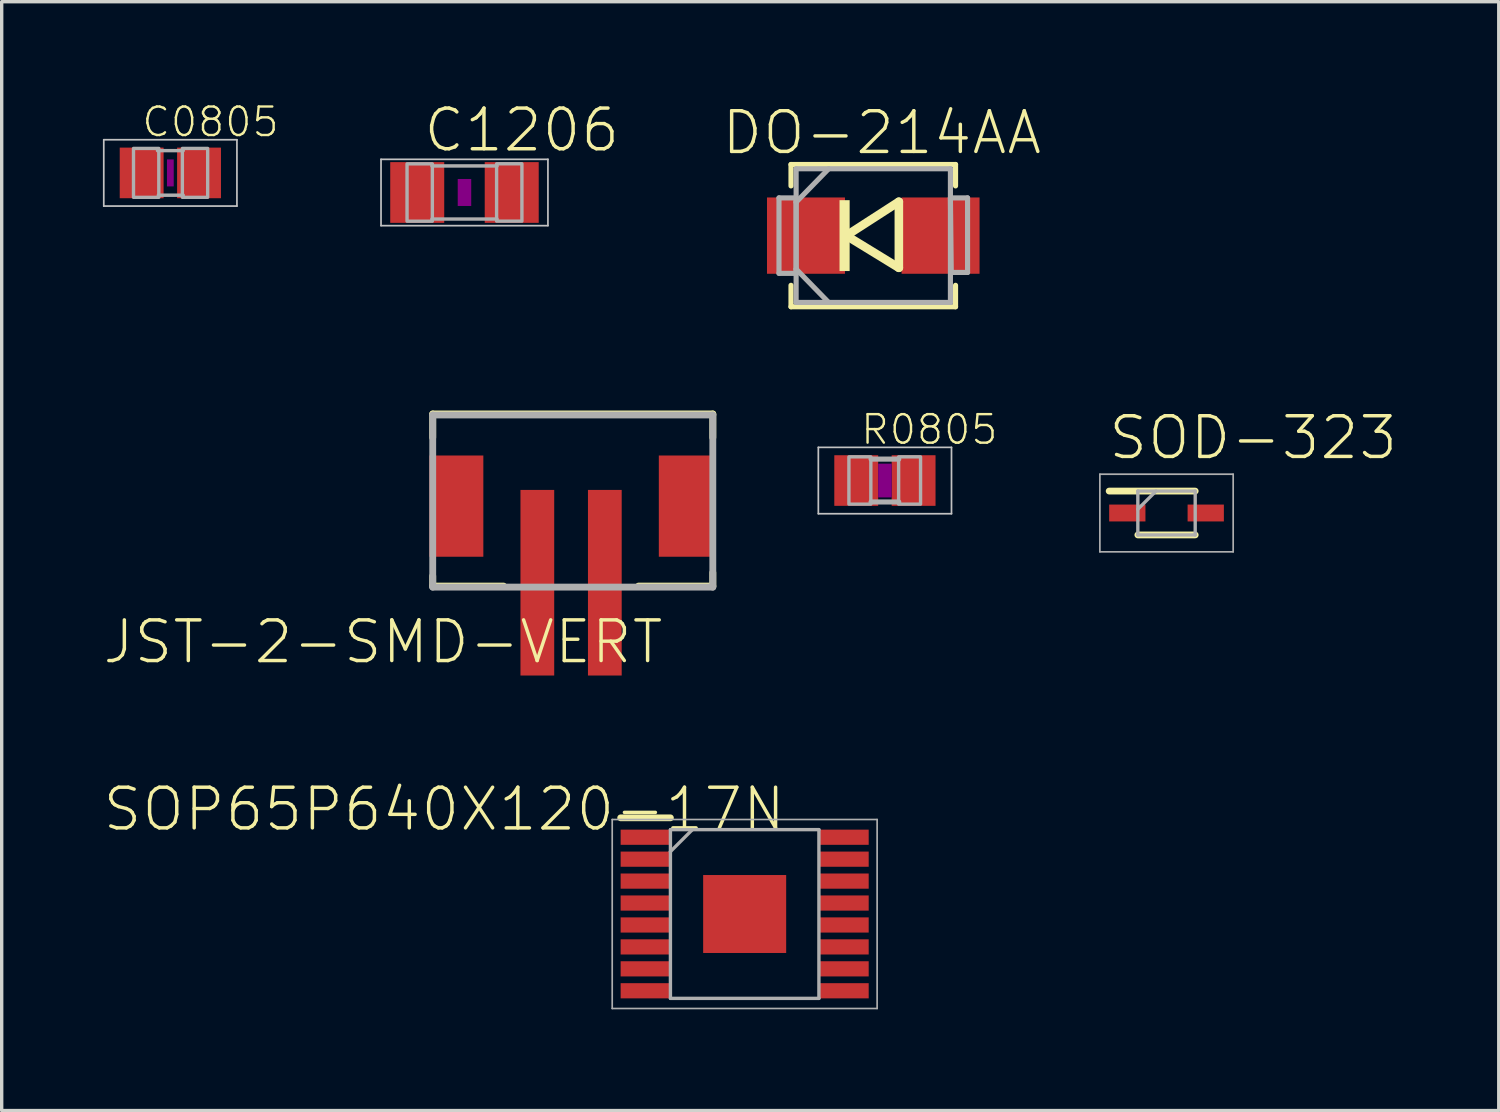
<source format=kicad_pcb>
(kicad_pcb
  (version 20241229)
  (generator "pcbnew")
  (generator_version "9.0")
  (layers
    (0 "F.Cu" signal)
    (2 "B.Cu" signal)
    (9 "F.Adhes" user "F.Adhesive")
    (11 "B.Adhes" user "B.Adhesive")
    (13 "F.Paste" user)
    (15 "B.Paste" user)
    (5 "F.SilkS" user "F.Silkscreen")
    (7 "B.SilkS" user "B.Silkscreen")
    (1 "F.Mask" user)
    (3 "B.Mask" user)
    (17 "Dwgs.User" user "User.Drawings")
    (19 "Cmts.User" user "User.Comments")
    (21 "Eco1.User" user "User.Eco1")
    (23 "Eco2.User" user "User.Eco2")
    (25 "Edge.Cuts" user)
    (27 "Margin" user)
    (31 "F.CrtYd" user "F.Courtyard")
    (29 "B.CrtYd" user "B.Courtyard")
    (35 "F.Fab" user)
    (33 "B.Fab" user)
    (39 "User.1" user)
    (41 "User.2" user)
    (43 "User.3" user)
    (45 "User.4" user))
  (footprint "SOP65P640X120-17N"
    (layer "F.Cu")
    (at 19.017 24.035)
    (property "Reference" "SOP65P640X120-17N" (at 1.27 -3.81 0) (layer "F.SilkS") (effects (font (size 1.206 1.206) (thickness 0.102)) (justify right top)))
    (attr through_hole)
    (fp_line (start -3.675 -2.85) (end -2.2 -2.85) (stroke (width 0.2) (type solid)) (layer "F.SilkS"))
    (fp_line (start -3.925 -2.8) (end 3.925 -2.8) (stroke (width 0.05) (type solid)) (layer "F.Fab"))
    (fp_line (start -3.925 2.8) (end -3.925 -2.8) (stroke (width 0.05) (type solid)) (layer "F.Fab"))
    (fp_line (start -2.2 -2.5) (end -1.55 -2.5) (stroke (width 0.1) (type solid)) (layer "F.Fab"))
    (fp_line (start -2.2 -1.85) (end -2.2 -2.5) (stroke (width 0.1) (type solid)) (layer "F.Fab"))
    (fp_line (start -2.2 -1.85) (end -1.55 -2.5) (stroke (width 0.1) (type solid)) (layer "F.Fab"))
    (fp_line (start -2.2 2.5) (end -2.2 -1.85) (stroke (width 0.1) (type solid)) (layer "F.Fab"))
    (fp_line (start -1.55 -2.5) (end 2.2 -2.5) (stroke (width 0.1) (type solid)) (layer "F.Fab"))
    (fp_line (start 2.2 -2.5) (end 2.2 2.5) (stroke (width 0.1) (type solid)) (layer "F.Fab"))
    (fp_line (start 2.2 2.5) (end -2.2 2.5) (stroke (width 0.1) (type solid)) (layer "F.Fab"))
    (fp_line (start 3.925 -2.8) (end 3.925 2.8) (stroke (width 0.05) (type solid)) (layer "F.Fab"))
    (fp_line (start 3.925 2.8) (end -3.925 2.8) (stroke (width 0.05) (type solid)) (layer "F.Fab"))
    (pad "1" smd rect (at -2.938 -2.275) (size 1.475 0.45) (layers "F.Cu" "F.Mask" "F.Paste"))
    (pad "2" smd rect (at -2.938 -1.625) (size 1.475 0.45) (layers "F.Cu" "F.Mask" "F.Paste"))
    (pad "3" smd rect (at -2.938 -0.975) (size 1.475 0.45) (layers "F.Cu" "F.Mask" "F.Paste"))
    (pad "4" smd rect (at -2.938 -0.325) (size 1.475 0.45) (layers "F.Cu" "F.Mask" "F.Paste"))
    (pad "5" smd rect (at -2.938 0.325) (size 1.475 0.45) (layers "F.Cu" "F.Mask" "F.Paste"))
    (pad "6" smd rect (at -2.938 0.975) (size 1.475 0.45) (layers "F.Cu" "F.Mask" "F.Paste"))
    (pad "7" smd rect (at -2.938 1.625) (size 1.475 0.45) (layers "F.Cu" "F.Mask" "F.Paste"))
    (pad "8" smd rect (at -2.938 2.275) (size 1.475 0.45) (layers "F.Cu" "F.Mask" "F.Paste"))
    (pad "9" smd rect (at 2.938 2.275) (size 1.475 0.45) (layers "F.Cu" "F.Mask" "F.Paste"))
    (pad "10" smd rect (at 2.938 1.625) (size 1.475 0.45) (layers "F.Cu" "F.Mask" "F.Paste"))
    (pad "11" smd rect (at 2.938 0.975) (size 1.475 0.45) (layers "F.Cu" "F.Mask" "F.Paste"))
    (pad "12" smd rect (at 2.938 0.325) (size 1.475 0.45) (layers "F.Cu" "F.Mask" "F.Paste"))
    (pad "13" smd rect (at 2.938 -0.325) (size 1.475 0.45) (layers "F.Cu" "F.Mask" "F.Paste"))
    (pad "14" smd rect (at 2.938 -0.975) (size 1.475 0.45) (layers "F.Cu" "F.Mask" "F.Paste"))
    (pad "15" smd rect (at 2.938 -1.625) (size 1.475 0.45) (layers "F.Cu" "F.Mask" "F.Paste"))
    (pad "16" smd rect (at 2.938 -2.275) (size 1.475 0.45) (layers "F.Cu" "F.Mask" "F.Paste"))
    (pad "17" smd rect (at 0 0) (size 2.46 2.31) (layers "F.Cu" "F.Mask" "F.Paste")))
  (footprint "C0805"
    (layer "F.Cu")
    (at 1.998 2.074)
    (property "Reference" "C0805" (at -0.889 -1.016 0) (layer "F.SilkS") (effects (font (size 0.845 0.845) (thickness 0.071)) (justify left bottom)))
    (attr through_hole)
    (fp_poly (pts (xy -0.1 0.4) (xy 0.1 0.4) (xy 0.1 -0.4) (xy -0.1 -0.4)) (stroke (width 0) (type solid)) (fill yes) (layer "F.Adhes"))
    (fp_line (start -1.973 -0.983) (end 1.973 -0.983) (stroke (width 0.051) (type solid)) (layer "Dwgs.User"))
    (fp_line (start -1.973 0.983) (end -1.973 -0.983) (stroke (width 0.051) (type solid)) (layer "Dwgs.User"))
    (fp_line (start 1.973 -0.983) (end 1.973 0.983) (stroke (width 0.051) (type solid)) (layer "Dwgs.User"))
    (fp_line (start 1.973 0.983) (end -1.973 0.983) (stroke (width 0.051) (type solid)) (layer "Dwgs.User"))
    (fp_line (start -0.381 -0.66) (end 0.381 -0.66) (stroke (width 0.102) (type solid)) (layer "F.Fab"))
    (fp_line (start -0.356 0.66) (end 0.381 0.66) (stroke (width 0.102) (type solid)) (layer "F.Fab"))
    (fp_poly (pts (xy -1.092 0.724) (xy -0.342 0.724) (xy -0.342 -0.726) (xy -1.092 -0.726)) (stroke (width 0.1) (type solid)) (fill no) (layer "F.Fab"))
    (fp_poly (pts (xy 0.356 0.724) (xy 1.106 0.724) (xy 1.106 -0.726) (xy 0.356 -0.726)) (stroke (width 0.1) (type solid)) (fill no) (layer "F.Fab"))
    (pad "1" smd rect (at -0.85 0) (size 1.3 1.5) (layers "F.Cu" "F.Mask" "F.Paste"))
    (pad "2" smd rect (at 0.85 0) (size 1.3 1.5) (layers "F.Cu" "F.Mask" "F.Paste")))
  (footprint "SOD-323"
    (layer "F.Cu")
    (at 31.518 12.152)
    (property "Reference" "SOD-323" (at -1.778 -1.524 0) (layer "F.SilkS") (effects (font (size 1.206 1.206) (thickness 0.102)) (justify left bottom)))
    (attr through_hole)
    (fp_line (start -1.7 -0.65) (end 0.85 -0.65) (stroke (width 0.2) (type solid)) (layer "F.SilkS"))
    (fp_line (start -0.85 0.65) (end 0.85 0.65) (stroke (width 0.2) (type solid)) (layer "F.SilkS"))
    (fp_line (start -1.975 -1.15) (end 1.975 -1.15) (stroke (width 0.05) (type solid)) (layer "F.Fab"))
    (fp_line (start -1.975 1.15) (end -1.975 -1.15) (stroke (width 0.05) (type solid)) (layer "F.Fab"))
    (fp_line (start -0.85 -0.65) (end 0.85 -0.65) (stroke (width 0.1) (type solid)) (layer "F.Fab"))
    (fp_line (start -0.85 -0.112) (end -0.312 -0.65) (stroke (width 0.1) (type solid)) (layer "F.Fab"))
    (fp_line (start -0.85 0.65) (end -0.85 -0.65) (stroke (width 0.1) (type solid)) (layer "F.Fab"))
    (fp_line (start 0.85 -0.65) (end 0.85 0.65) (stroke (width 0.1) (type solid)) (layer "F.Fab"))
    (fp_line (start 0.85 0.65) (end -0.85 0.65) (stroke (width 0.1) (type solid)) (layer "F.Fab"))
    (fp_line (start 1.975 -1.15) (end 1.975 1.15) (stroke (width 0.05) (type solid)) (layer "F.Fab"))
    (fp_line (start 1.975 1.15) (end -1.975 1.15) (stroke (width 0.05) (type solid)) (layer "F.Fab"))
    (pad "1" smd rect (at -1.162 0) (size 1.075 0.5) (layers "F.Cu" "F.Mask" "F.Paste"))
    (pad "2" smd rect (at 1.162 0) (size 1.075 0.5) (layers "F.Cu" "F.Mask" "F.Paste")))
  (footprint "JST-2-SMD-VERT"
    (layer "F.Cu")
    (at 13.873 12.218)
    (property "Reference" "JST-2-SMD-VERT" (at 2.794 3.048 0) (layer "F.SilkS") (effects (font (size 1.206 1.206) (thickness 0.102)) (justify right top)))
    (attr through_hole)
    (fp_line (start -4.1 -3) (end -4.1 -2.3) (stroke (width 0.203) (type solid)) (layer "F.SilkS"))
    (fp_line (start -4.1 -3) (end 4.2 -3) (stroke (width 0.203) (type solid)) (layer "F.SilkS"))
    (fp_line (start -4.1 2.1) (end -4.1 1.8) (stroke (width 0.203) (type solid)) (layer "F.SilkS"))
    (fp_line (start -2 2.1) (end -4.1 2.1) (stroke (width 0.203) (type solid)) (layer "F.SilkS"))
    (fp_line (start 2 2.1) (end 4.2 2.1) (stroke (width 0.203) (type solid)) (layer "F.SilkS"))
    (fp_line (start 4.2 -3) (end 4.2 -2.3) (stroke (width 0.203) (type solid)) (layer "F.SilkS"))
    (fp_line (start 4.2 2.1) (end 4.2 1.7) (stroke (width 0.203) (type solid)) (layer "F.SilkS"))
    (fp_line (start -4.1 -2.97) (end 4.2 -2.97) (stroke (width 0.203) (type solid)) (layer "F.Fab"))
    (fp_line (start -4.1 2.13) (end -4.1 -2.97) (stroke (width 0.203) (type solid)) (layer "F.Fab"))
    (fp_line (start 4.2 -2.97) (end 4.2 2.13) (stroke (width 0.203) (type solid)) (layer "F.Fab"))
    (fp_line (start 4.2 2.13) (end -4.1 2.13) (stroke (width 0.203) (type solid)) (layer "F.Fab"))
    (pad "1" smd rect (at -1 2) (size 1 5.5) (layers "F.Cu" "F.Mask" "F.Paste"))
    (pad "2" smd rect (at 1 2) (size 1 5.5) (layers "F.Cu" "F.Mask" "F.Paste"))
    (pad "NC1" smd rect (at -3.4 -0.27 90) (size 3 1.6) (layers "F.Cu" "F.Mask" "F.Paste"))
    (pad "NC2" smd rect (at 3.4 -0.27 90) (size 3 1.6) (layers "F.Cu" "F.Mask" "F.Paste")))
  (footprint "R0805"
    (layer "F.Cu")
    (at 23.173 11.19)
    (property "Reference" "R0805" (at -0.762 -1.016 0) (layer "F.SilkS") (effects (font (size 0.845 0.845) (thickness 0.071)) (justify left bottom)))
    (attr through_hole)
    (fp_poly (pts (xy -0.2 0.5) (xy 0.2 0.5) (xy 0.2 -0.5) (xy -0.2 -0.5)) (stroke (width 0) (type solid)) (fill yes) (layer "F.Adhes"))
    (fp_line (start -1.973 -0.983) (end 1.973 -0.983) (stroke (width 0.051) (type solid)) (layer "Dwgs.User"))
    (fp_line (start -1.973 0.983) (end -1.973 -0.983) (stroke (width 0.051) (type solid)) (layer "Dwgs.User"))
    (fp_line (start 1.973 -0.983) (end 1.973 0.983) (stroke (width 0.051) (type solid)) (layer "Dwgs.User"))
    (fp_line (start 1.973 0.983) (end -1.973 0.983) (stroke (width 0.051) (type solid)) (layer "Dwgs.User"))
    (fp_line (start -0.41 -0.635) (end 0.41 -0.635) (stroke (width 0.152) (type solid)) (layer "F.Fab"))
    (fp_line (start -0.41 0.635) (end 0.41 0.635) (stroke (width 0.152) (type solid)) (layer "F.Fab"))
    (fp_poly (pts (xy -1.067 0.699) (xy -0.417 0.699) (xy -0.417 -0.702) (xy -1.067 -0.702)) (stroke (width 0.1) (type solid)) (fill no) (layer "F.Fab"))
    (fp_poly (pts (xy 0.406 0.699) (xy 1.056 0.699) (xy 1.056 -0.702) (xy 0.406 -0.702)) (stroke (width 0.1) (type solid)) (fill no) (layer "F.Fab"))
    (pad "1" smd rect (at -0.85 0) (size 1.3 1.5) (layers "F.Cu" "F.Mask" "F.Paste"))
    (pad "2" smd rect (at 0.85 0) (size 1.3 1.5) (layers "F.Cu" "F.Mask" "F.Paste")))
  (footprint "C1206"
    (layer "F.Cu")
    (at 10.714 2.654)
    (property "Reference" "C1206" (at -1.27 -1.143 0) (layer "F.SilkS") (effects (font (size 1.206 1.206) (thickness 0.102)) (justify left bottom)))
    (attr through_hole)
    (fp_poly (pts (xy -0.2 0.4) (xy 0.2 0.4) (xy 0.2 -0.4) (xy -0.2 -0.4)) (stroke (width 0) (type solid)) (fill yes) (layer "F.Adhes"))
    (fp_line (start -2.473 -0.983) (end 2.473 -0.983) (stroke (width 0.051) (type solid)) (layer "Dwgs.User"))
    (fp_line (start -2.473 0.983) (end -2.473 -0.983) (stroke (width 0.051) (type solid)) (layer "Dwgs.User"))
    (fp_line (start 2.473 -0.983) (end 2.473 0.983) (stroke (width 0.051) (type solid)) (layer "Dwgs.User"))
    (fp_line (start 2.473 0.983) (end -2.473 0.983) (stroke (width 0.051) (type solid)) (layer "Dwgs.User"))
    (fp_line (start -0.965 -0.787) (end 0.965 -0.787) (stroke (width 0.102) (type solid)) (layer "F.Fab"))
    (fp_line (start -0.965 0.787) (end 0.965 0.787) (stroke (width 0.102) (type solid)) (layer "F.Fab"))
    (fp_poly (pts (xy -1.702 0.851) (xy -0.952 0.851) (xy -0.952 -0.849) (xy -1.702 -0.849)) (stroke (width 0.1) (type solid)) (fill no) (layer "F.Fab"))
    (fp_poly (pts (xy 0.952 0.849) (xy 1.702 0.849) (xy 1.702 -0.851) (xy 0.952 -0.851)) (stroke (width 0.1) (type solid)) (fill no) (layer "F.Fab"))
    (pad "1" smd rect (at -1.4 0) (size 1.6 1.8) (layers "F.Cu" "F.Mask" "F.Paste"))
    (pad "2" smd rect (at 1.4 0) (size 1.6 1.8) (layers "F.Cu" "F.Mask" "F.Paste")))
  (footprint "DO-214AA"
    (layer "F.Cu")
    (at 22.828 3.932)
    (property "Reference" "DO-214AA" (at 0.254 -3.048 0) (layer "F.SilkS") (effects (font (size 1.206 1.206) (thickness 0.102))))
    (attr through_hole)
    (fp_line (start -2.438 -2.108) (end -2.438 -1.473) (stroke (width 0.152) (type solid)) (layer "F.SilkS"))
    (fp_line (start -2.438 1.473) (end -2.438 2.108) (stroke (width 0.152) (type solid)) (layer "F.SilkS"))
    (fp_line (start -2.438 2.108) (end 2.438 2.108) (stroke (width 0.152) (type solid)) (layer "F.SilkS"))
    (fp_line (start -0.8 0) (end 0.758 -1.004) (stroke (width 0.254) (type solid)) (layer "F.SilkS"))
    (fp_line (start 0.758 -1.004) (end 0.758 0.954) (stroke (width 0.254) (type solid)) (layer "F.SilkS"))
    (fp_line (start 0.758 0.954) (end -0.8 0) (stroke (width 0.254) (type solid)) (layer "F.SilkS"))
    (fp_line (start 2.438 -2.108) (end -2.438 -2.108) (stroke (width 0.152) (type solid)) (layer "F.SilkS"))
    (fp_line (start 2.438 -1.473) (end 2.438 -2.108) (stroke (width 0.152) (type solid)) (layer "F.SilkS"))
    (fp_line (start 2.438 2.108) (end 2.438 1.473) (stroke (width 0.152) (type solid)) (layer "F.SilkS"))
    (fp_poly (pts (xy -1 1.05) (xy -0.7 1.05) (xy -0.7 -1.05) (xy -1 -1.05)) (stroke (width 0) (type solid)) (fill yes) (layer "F.SilkS"))
    (fp_line (start -2.794 -1.118) (end -2.794 1.118) (stroke (width 0.152) (type solid)) (layer "F.Fab"))
    (fp_line (start -2.794 1.118) (end -2.286 1.118) (stroke (width 0.152) (type solid)) (layer "F.Fab"))
    (fp_line (start -2.286 -1.981) (end -2.286 1.981) (stroke (width 0.152) (type solid)) (layer "F.Fab"))
    (fp_line (start -2.286 -1.118) (end -2.794 -1.118) (stroke (width 0.152) (type solid)) (layer "F.Fab"))
    (fp_line (start -2.286 -0.991) (end -2.286 -1.118) (stroke (width 0.152) (type solid)) (layer "F.Fab"))
    (fp_line (start -2.286 -0.991) (end -1.321 -1.981) (stroke (width 0.152) (type solid)) (layer "F.Fab"))
    (fp_line (start -2.286 0.991) (end -2.286 -0.991) (stroke (width 0.152) (type solid)) (layer "F.Fab"))
    (fp_line (start -2.286 0.991) (end -1.321 1.981) (stroke (width 0.152) (type solid)) (layer "F.Fab"))
    (fp_line (start -2.286 1.118) (end -2.286 0.991) (stroke (width 0.152) (type solid)) (layer "F.Fab"))
    (fp_line (start -2.286 1.981) (end 2.286 1.981) (stroke (width 0.152) (type solid)) (layer "F.Fab"))
    (fp_line (start 2.286 -1.981) (end -2.286 -1.981) (stroke (width 0.152) (type solid)) (layer "F.Fab"))
    (fp_line (start 2.286 -1.118) (end 2.311 1.092) (stroke (width 0.152) (type solid)) (layer "F.Fab"))
    (fp_line (start 2.286 1.981) (end 2.286 -1.981) (stroke (width 0.152) (type solid)) (layer "F.Fab"))
    (fp_line (start 2.311 1.092) (end 2.794 1.092) (stroke (width 0.152) (type solid)) (layer "F.Fab"))
    (fp_line (start 2.794 -1.118) (end 2.286 -1.118) (stroke (width 0.152) (type solid)) (layer "F.Fab"))
    (fp_line (start 2.794 1.092) (end 2.794 -1.118) (stroke (width 0.152) (type solid)) (layer "F.Fab"))
    (pad "A" smd rect (at 1.994 0) (size 2.311 2.261) (layers "F.Cu" "F.Mask" "F.Paste"))
    (pad "K" smd rect (at -1.994 0) (size 2.311 2.261) (layers "F.Cu" "F.Mask" "F.Paste")))
  (gr_rect
    (start -3 -3)
    (end 41.363 29.86)
    (stroke (width 0.1) (type default))
    (fill no)
    (layer "Edge.Cuts")))
</source>
